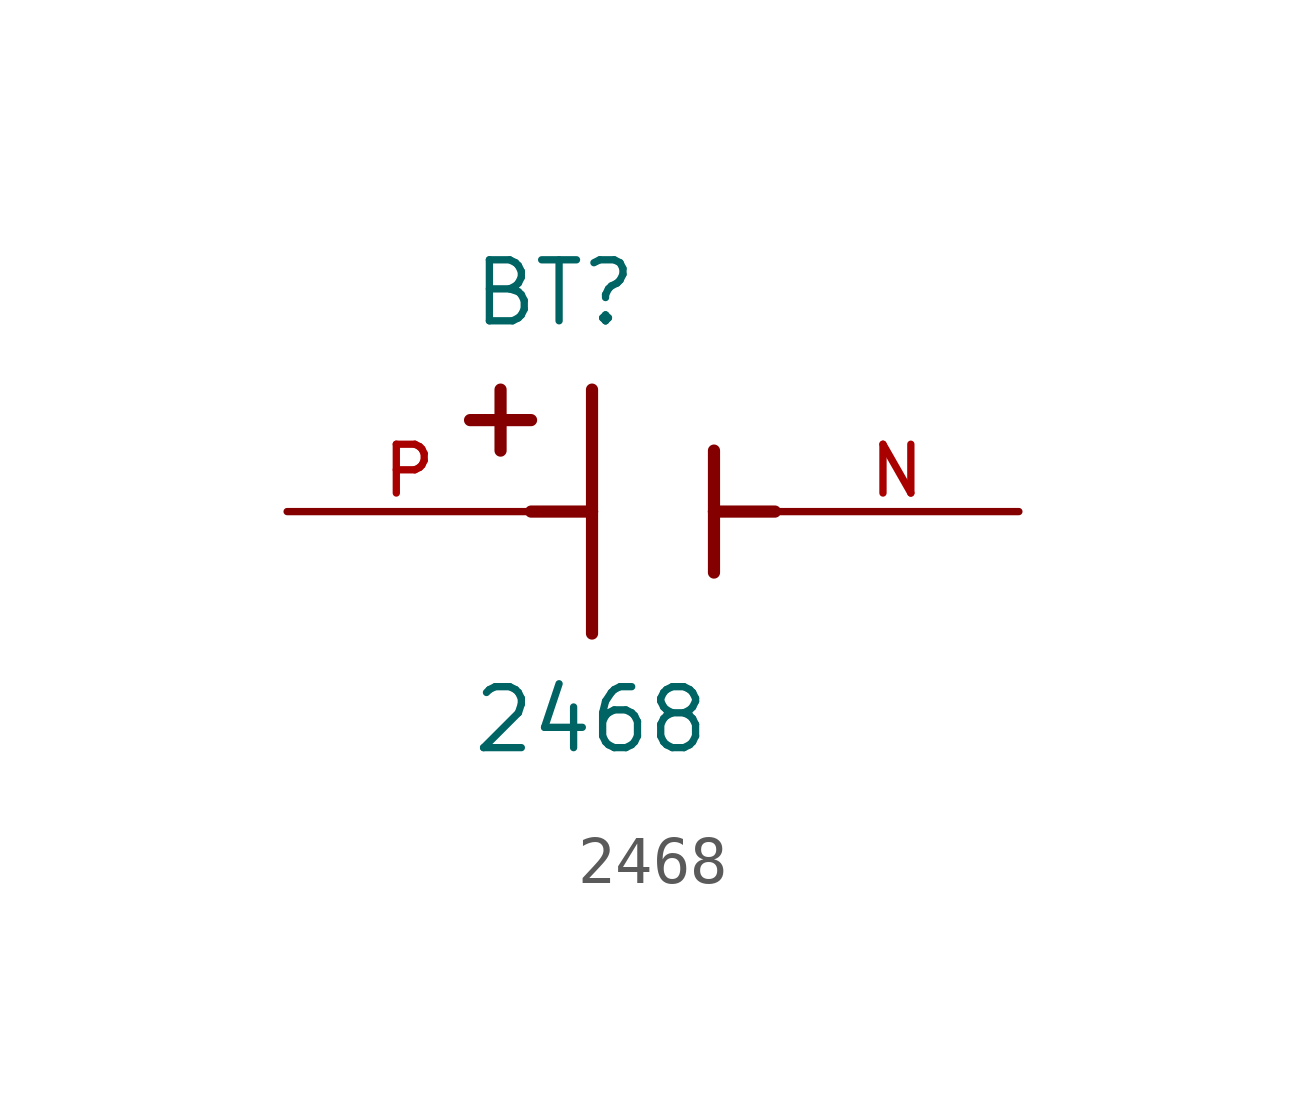
<source format=kicad_sym>
(kicad_symbol_lib
  (version 20211014)
  (generator kicad_symbol_editor)
  (symbol "2468"
    (pin_names
      (offset 1.016))
    (property "Reference" "BT"
      (at -3.81 3.81 0)
      (effects (font (size 1.27 1.27)) (justify bottom left)))
    (property "Value" "2468"
      (at -3.81 -5.08 0)
      (effects (font (size 1.27 1.27)) (justify bottom left)))
    (symbol "2468_0_0"
      (polyline (pts (xy -1.27 2.54) (xy -1.27 0.0)) (stroke (width 0.254)))
      (polyline (pts (xy -1.27 0.0) (xy -1.27 -2.54)) (stroke (width 0.254)))
      (polyline (pts (xy 1.27 1.27) (xy 1.27 0.0)) (stroke (width 0.254)))
      (polyline (pts (xy 1.27 0.0) (xy 1.27 -1.27)) (stroke (width 0.254)))
      (polyline (pts (xy -1.27 0.0) (xy -2.54 0.0)) (stroke (width 0.254)))
      (polyline (pts (xy 1.27 0.0) (xy 2.54 0.0)) (stroke (width 0.254)))
      (polyline (pts (xy -3.175 2.54) (xy -3.175 1.27)) (stroke (width 0.254)))
      (polyline (pts (xy -3.81 1.905) (xy -2.54 1.905)) (stroke (width 0.254)))
      (pin passive line (at -7.62 0.0 0) (length 5.08) (name "~" (effects (font (size 1.016 1.016)))) (number "P" (effects (font (size 1.016 1.016)))))
      (pin passive line (at 7.62 0.0 180.0) (length 5.08) (name "~" (effects (font (size 1.016 1.016)))) (number "N" (effects (font (size 1.016 1.016))))))))
</source>
